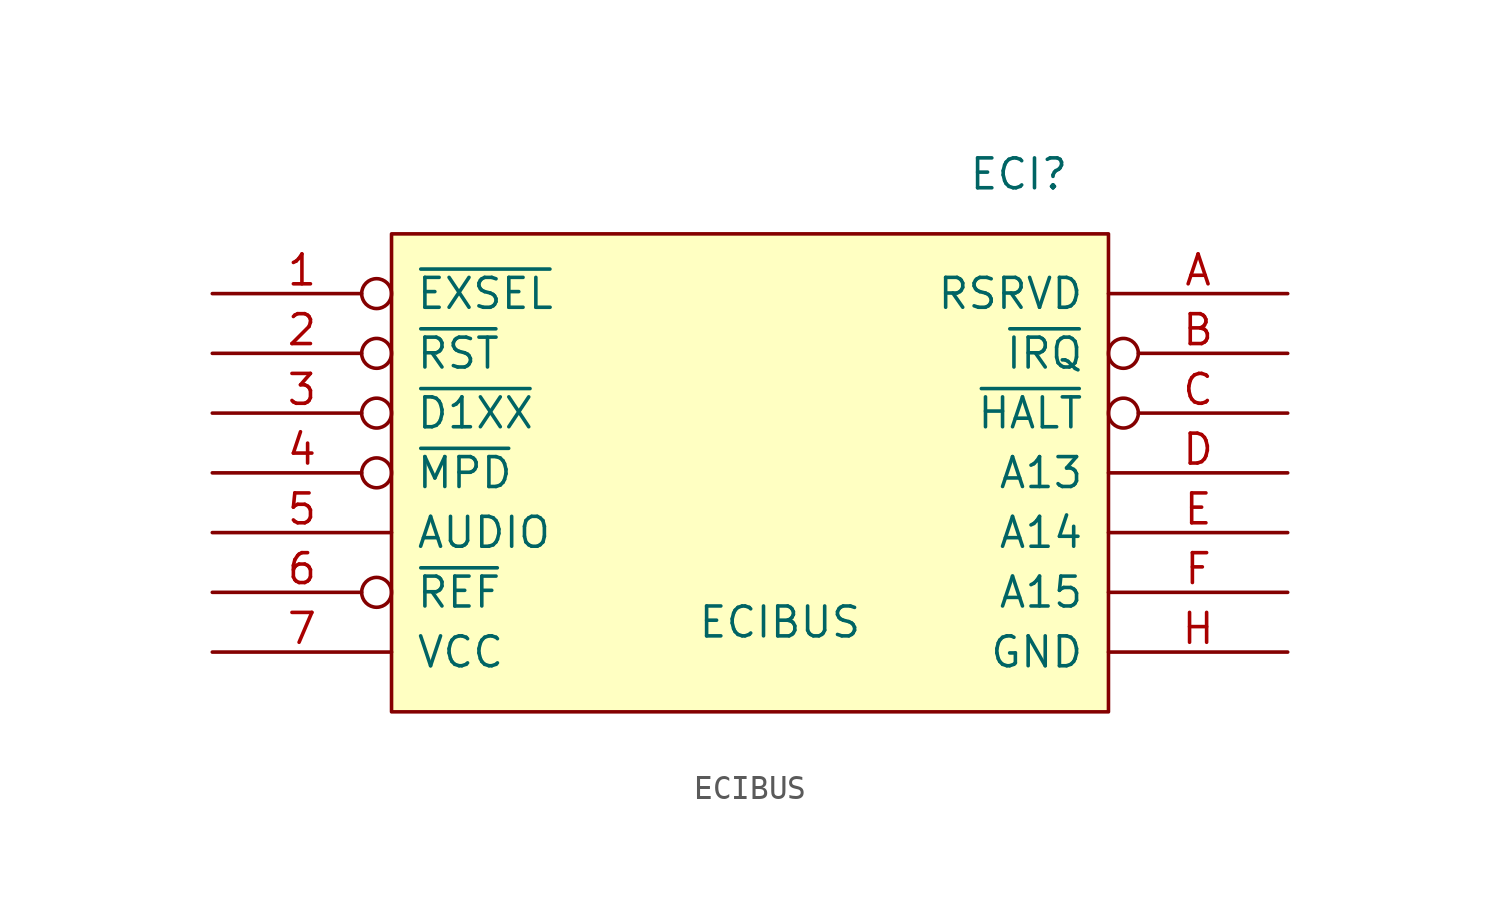
<source format=kicad_sym>
(kicad_symbol_lib
  (version 20241209)
  (generator "kicad_symbol_editor")
  (generator_version "9.0")
  (symbol "ECIBUS"
    (pin_names
      (offset 1.016))
    (property "Reference" "ECI"
      (at 11.43 11.43 0)
      (effects (font (size 1.27 1.27))))
    (property "Value" "ECIBUS"
      (at 1.27 -7.62 0)
      (effects (font (size 1.27 1.27))))
    (symbol "ECIBUS_0_1"
      (rectangle (start -15.24 8.89) (end 15.24 -11.43) (stroke (width 0) (type solid)) (fill (type background))))
    (symbol "ECIBUS_1_1"
      (pin bidirectional inverted (at -22.86 6.35 0) (length 7.62) (name "~{EXSEL}" (effects (font (size 1.27 1.27)))) (number "1" (effects (font (size 1.27 1.27)))))
      (pin bidirectional inverted (at -22.86 3.81 0) (length 7.62) (name "~{RST}" (effects (font (size 1.27 1.27)))) (number "2" (effects (font (size 1.27 1.27)))))
      (pin bidirectional inverted (at -22.86 1.27 0) (length 7.62) (name "~{D1XX}" (effects (font (size 1.27 1.27)))) (number "3" (effects (font (size 1.27 1.27)))))
      (pin bidirectional inverted (at -22.86 -1.27 0) (length 7.62) (name "~{MPD}" (effects (font (size 1.27 1.27)))) (number "4" (effects (font (size 1.27 1.27)))))
      (pin bidirectional line (at -22.86 -3.81 0) (length 7.62) (name "AUDIO" (effects (font (size 1.27 1.27)))) (number "5" (effects (font (size 1.27 1.27)))))
      (pin bidirectional inverted (at -22.86 -6.35 0) (length 7.62) (name "~{REF}" (effects (font (size 1.27 1.27)))) (number "6" (effects (font (size 1.27 1.27)))))
      (pin power_in line (at -22.86 -8.89 0) (length 7.62) (name "VCC" (effects (font (size 1.27 1.27)))) (number "7" (effects (font (size 1.27 1.27)))))
      (pin bidirectional line (at 22.86 6.35 180) (length 7.62) (name "RSRVD" (effects (font (size 1.27 1.27)))) (number "A" (effects (font (size 1.27 1.27)))))
      (pin bidirectional inverted (at 22.86 3.81 180) (length 7.62) (name "~{IRQ}" (effects (font (size 1.27 1.27)))) (number "B" (effects (font (size 1.27 1.27)))))
      (pin bidirectional inverted (at 22.86 1.27 180) (length 7.62) (name "~{HALT}" (effects (font (size 1.27 1.27)))) (number "C" (effects (font (size 1.27 1.27)))))
      (pin bidirectional line (at 22.86 -1.27 180) (length 7.62) (name "A13" (effects (font (size 1.27 1.27)))) (number "D" (effects (font (size 1.27 1.27)))))
      (pin bidirectional line (at 22.86 -3.81 180) (length 7.62) (name "A14" (effects (font (size 1.27 1.27)))) (number "E" (effects (font (size 1.27 1.27)))))
      (pin bidirectional line (at 22.86 -6.35 180) (length 7.62) (name "A15" (effects (font (size 1.27 1.27)))) (number "F" (effects (font (size 1.27 1.27)))))
      (pin power_in line (at 22.86 -8.89 180) (length 7.62) (name "GND" (effects (font (size 1.27 1.27)))) (number "H" (effects (font (size 1.27 1.27))))))))
</source>
